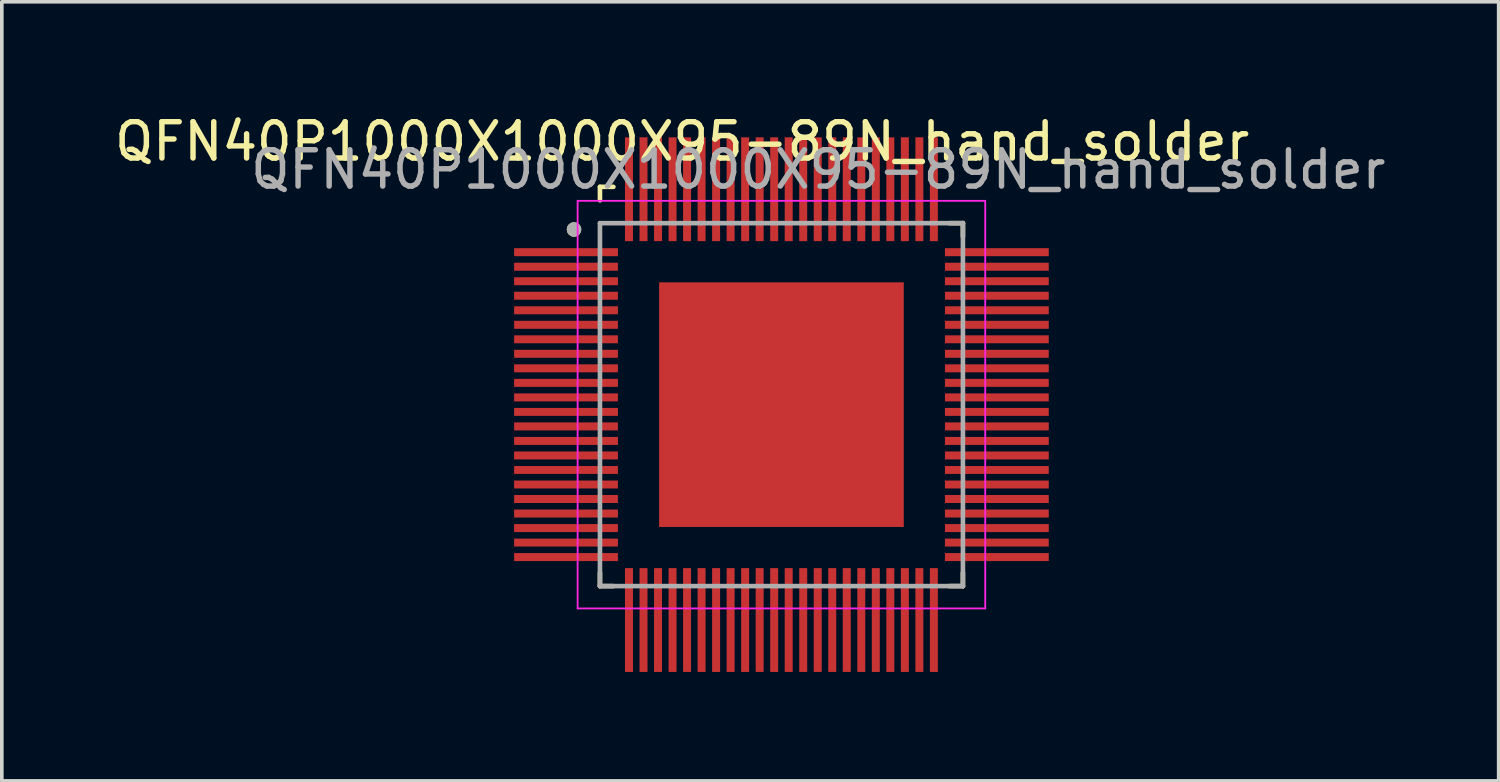
<source format=kicad_pcb>
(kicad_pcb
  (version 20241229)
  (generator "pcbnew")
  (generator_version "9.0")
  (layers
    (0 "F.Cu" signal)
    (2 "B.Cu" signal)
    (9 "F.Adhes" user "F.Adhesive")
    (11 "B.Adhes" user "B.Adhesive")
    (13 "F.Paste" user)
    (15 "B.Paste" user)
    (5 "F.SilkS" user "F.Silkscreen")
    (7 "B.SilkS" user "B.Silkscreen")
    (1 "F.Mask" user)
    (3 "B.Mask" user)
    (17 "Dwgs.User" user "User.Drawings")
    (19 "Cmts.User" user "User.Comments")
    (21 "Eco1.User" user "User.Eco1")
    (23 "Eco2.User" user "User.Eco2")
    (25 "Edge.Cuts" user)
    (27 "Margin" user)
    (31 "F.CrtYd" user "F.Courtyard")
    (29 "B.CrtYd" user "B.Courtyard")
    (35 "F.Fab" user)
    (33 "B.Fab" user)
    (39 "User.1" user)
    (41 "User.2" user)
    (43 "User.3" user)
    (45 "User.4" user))
  (footprint "QFN40P1000X1000X95-89N_hand_solder"
    (layer "F.Cu")
    (at 18.479 8.098)
    (property "Reference" "QFN40P1000X1000X95-89N_hand_solder" (at -2.735 -7.25 0) (layer "F.SilkS") (effects (font (size 1 1) (thickness 0.15))))
    (attr smd)
    (fp_line (start -5 -6) (end -5 -5.63) (stroke (width 0.127) (type solid)) (layer "F.SilkS"))
    (fp_line (start -5 -6) (end -4.63 -6) (stroke (width 0.127) (type solid)) (layer "F.SilkS"))
    (fp_line (start -5 5) (end -5 4.63) (stroke (width 0.127) (type solid)) (layer "F.SilkS"))
    (fp_line (start -5 5) (end -4.63 5) (stroke (width 0.127) (type solid)) (layer "F.SilkS"))
    (fp_line (start 5 -5) (end 4.63 -5) (stroke (width 0.127) (type solid)) (layer "F.SilkS"))
    (fp_line (start 5 -5) (end 5 -4.63) (stroke (width 0.127) (type solid)) (layer "F.SilkS"))
    (fp_line (start 5 5) (end 4.63 5) (stroke (width 0.127) (type solid)) (layer "F.SilkS"))
    (fp_line (start 5 5) (end 5 4.63) (stroke (width 0.127) (type solid)) (layer "F.SilkS"))
    (fp_circle (center -5.715 -4.826) (end -5.615 -4.826) (stroke (width 0.2) (type solid)) (fill no) (layer "F.SilkS"))
    (fp_poly (pts (xy -2.96 -2.96) (xy -1.54 -2.96) (xy -1.54 -1.54) (xy -2.96 -1.54)) (stroke (width 0.01) (type solid)) (fill yes) (layer "F.Paste"))
    (fp_poly (pts (xy -2.96 -0.71) (xy -1.54 -0.71) (xy -1.54 0.71) (xy -2.96 0.71)) (stroke (width 0.01) (type solid)) (fill yes) (layer "F.Paste"))
    (fp_poly (pts (xy -2.96 1.54) (xy -1.54 1.54) (xy -1.54 2.96) (xy -2.96 2.96)) (stroke (width 0.01) (type solid)) (fill yes) (layer "F.Paste"))
    (fp_poly (pts (xy -0.71 -2.96) (xy 0.71 -2.96) (xy 0.71 -1.54) (xy -0.71 -1.54)) (stroke (width 0.01) (type solid)) (fill yes) (layer "F.Paste"))
    (fp_poly (pts (xy -0.71 -0.71) (xy 0.71 -0.71) (xy 0.71 0.71) (xy -0.71 0.71)) (stroke (width 0.01) (type solid)) (fill yes) (layer "F.Paste"))
    (fp_poly (pts (xy -0.71 1.54) (xy 0.71 1.54) (xy 0.71 2.96) (xy -0.71 2.96)) (stroke (width 0.01) (type solid)) (fill yes) (layer "F.Paste"))
    (fp_poly (pts (xy 1.54 -2.96) (xy 2.96 -2.96) (xy 2.96 -1.54) (xy 1.54 -1.54)) (stroke (width 0.01) (type solid)) (fill yes) (layer "F.Paste"))
    (fp_poly (pts (xy 1.54 -0.71) (xy 2.96 -0.71) (xy 2.96 0.71) (xy 1.54 0.71)) (stroke (width 0.01) (type solid)) (fill yes) (layer "F.Paste"))
    (fp_poly (pts (xy 1.54 1.54) (xy 2.96 1.54) (xy 2.96 2.96) (xy 1.54 2.96)) (stroke (width 0.01) (type solid)) (fill yes) (layer "F.Paste"))
    (fp_line (start -5.615 -5.615) (end 5.615 -5.615) (stroke (width 0.05) (type solid)) (layer "F.CrtYd"))
    (fp_line (start -5.615 5.615) (end -5.615 -5.615) (stroke (width 0.05) (type solid)) (layer "F.CrtYd"))
    (fp_line (start -5.615 5.615) (end 5.615 5.615) (stroke (width 0.05) (type solid)) (layer "F.CrtYd"))
    (fp_line (start 5.615 5.615) (end 5.615 -5.615) (stroke (width 0.05) (type solid)) (layer "F.CrtYd"))
    (fp_line (start -5 5) (end -5 -5) (stroke (width 0.127) (type solid)) (layer "F.Fab"))
    (fp_line (start 5 -5) (end -5 -5) (stroke (width 0.127) (type solid)) (layer "F.Fab"))
    (fp_line (start 5 5) (end -5 5) (stroke (width 0.127) (type solid)) (layer "F.Fab"))
    (fp_line (start 5 5) (end 5 -5) (stroke (width 0.127) (type solid)) (layer "F.Fab"))
    (fp_circle (center -5.715 -4.826) (end -5.615 -4.826) (stroke (width 0.2) (type solid)) (fill no) (layer "F.Fab"))
    (fp_text user "${REFERENCE}" (at 1.016 -6.477 0) (unlocked yes) (layer "F.Fab") (effects (font (size 1 1) (thickness 0.15))))
    (pad "1" smd roundrect (at -5.935 -4.2) (size 2.86 0.22) (layers "F.Cu" "F.Mask" "F.Paste") (roundrect_rratio 0.03))
    (pad "2" smd roundrect (at -5.935 -3.8) (size 2.86 0.22) (layers "F.Cu" "F.Mask" "F.Paste") (roundrect_rratio 0.03))
    (pad "3" smd roundrect (at -5.935 -3.4) (size 2.86 0.22) (layers "F.Cu" "F.Mask" "F.Paste") (roundrect_rratio 0.03))
    (pad "4" smd roundrect (at -5.935 -3) (size 2.86 0.22) (layers "F.Cu" "F.Mask" "F.Paste") (roundrect_rratio 0.03))
    (pad "5" smd roundrect (at -5.935 -2.6) (size 2.86 0.22) (layers "F.Cu" "F.Mask" "F.Paste") (roundrect_rratio 0.03))
    (pad "6" smd roundrect (at -5.935 -2.2) (size 2.86 0.22) (layers "F.Cu" "F.Mask" "F.Paste") (roundrect_rratio 0.03))
    (pad "7" smd roundrect (at -5.935 -1.8) (size 2.86 0.22) (layers "F.Cu" "F.Mask" "F.Paste") (roundrect_rratio 0.03))
    (pad "8" smd roundrect (at -5.935 -1.4) (size 2.86 0.22) (layers "F.Cu" "F.Mask" "F.Paste") (roundrect_rratio 0.03))
    (pad "9" smd roundrect (at -5.935 -1) (size 2.86 0.22) (layers "F.Cu" "F.Mask" "F.Paste") (roundrect_rratio 0.03))
    (pad "10" smd roundrect (at -5.935 -0.6) (size 2.86 0.22) (layers "F.Cu" "F.Mask" "F.Paste") (roundrect_rratio 0.03))
    (pad "11" smd roundrect (at -5.935 -0.2) (size 2.86 0.22) (layers "F.Cu" "F.Mask" "F.Paste") (roundrect_rratio 0.03))
    (pad "12" smd roundrect (at -5.935 0.2) (size 2.86 0.22) (layers "F.Cu" "F.Mask" "F.Paste") (roundrect_rratio 0.03))
    (pad "13" smd roundrect (at -5.935 0.6) (size 2.86 0.22) (layers "F.Cu" "F.Mask" "F.Paste") (roundrect_rratio 0.03))
    (pad "14" smd roundrect (at -5.935 1) (size 2.86 0.22) (layers "F.Cu" "F.Mask" "F.Paste") (roundrect_rratio 0.03))
    (pad "15" smd roundrect (at -5.935 1.4) (size 2.86 0.22) (layers "F.Cu" "F.Mask" "F.Paste") (roundrect_rratio 0.03))
    (pad "16" smd roundrect (at -5.935 1.8) (size 2.86 0.22) (layers "F.Cu" "F.Mask" "F.Paste") (roundrect_rratio 0.03))
    (pad "17" smd roundrect (at -5.935 2.2) (size 2.86 0.22) (layers "F.Cu" "F.Mask" "F.Paste") (roundrect_rratio 0.03))
    (pad "18" smd roundrect (at -5.935 2.6) (size 2.86 0.22) (layers "F.Cu" "F.Mask" "F.Paste") (roundrect_rratio 0.03))
    (pad "19" smd roundrect (at -5.935 3) (size 2.86 0.22) (layers "F.Cu" "F.Mask" "F.Paste") (roundrect_rratio 0.03))
    (pad "20" smd roundrect (at -5.935 3.4) (size 2.86 0.22) (layers "F.Cu" "F.Mask" "F.Paste") (roundrect_rratio 0.03))
    (pad "21" smd roundrect (at -5.935 3.8) (size 2.86 0.22) (layers "F.Cu" "F.Mask" "F.Paste") (roundrect_rratio 0.03))
    (pad "22" smd roundrect (at -5.935 4.2) (size 2.86 0.22) (layers "F.Cu" "F.Mask" "F.Paste") (roundrect_rratio 0.03))
    (pad "23" smd roundrect (at -4.2 5.935 90) (size 2.86 0.22) (layers "F.Cu" "F.Mask" "F.Paste") (roundrect_rratio 0.03))
    (pad "24" smd roundrect (at -3.8 5.935 90) (size 2.86 0.22) (layers "F.Cu" "F.Mask" "F.Paste") (roundrect_rratio 0.03))
    (pad "25" smd roundrect (at -3.4 5.935 90) (size 2.86 0.22) (layers "F.Cu" "F.Mask" "F.Paste") (roundrect_rratio 0.03))
    (pad "26" smd roundrect (at -3 5.935 90) (size 2.86 0.22) (layers "F.Cu" "F.Mask" "F.Paste") (roundrect_rratio 0.03))
    (pad "27" smd roundrect (at -2.6 5.935 90) (size 2.86 0.22) (layers "F.Cu" "F.Mask" "F.Paste") (roundrect_rratio 0.03))
    (pad "28" smd roundrect (at -2.2 5.935 90) (size 2.86 0.22) (layers "F.Cu" "F.Mask" "F.Paste") (roundrect_rratio 0.03))
    (pad "29" smd roundrect (at -1.8 5.935 90) (size 2.86 0.22) (layers "F.Cu" "F.Mask" "F.Paste") (roundrect_rratio 0.03))
    (pad "30" smd roundrect (at -1.4 5.935 90) (size 2.86 0.22) (layers "F.Cu" "F.Mask" "F.Paste") (roundrect_rratio 0.03))
    (pad "31" smd roundrect (at -1 5.935 90) (size 2.86 0.22) (layers "F.Cu" "F.Mask" "F.Paste") (roundrect_rratio 0.03))
    (pad "32" smd roundrect (at -0.6 5.935 90) (size 2.86 0.22) (layers "F.Cu" "F.Mask" "F.Paste") (roundrect_rratio 0.03))
    (pad "33" smd roundrect (at -0.2 5.935 90) (size 2.86 0.22) (layers "F.Cu" "F.Mask" "F.Paste") (roundrect_rratio 0.03))
    (pad "34" smd roundrect (at 0.2 5.935 90) (size 2.86 0.22) (layers "F.Cu" "F.Mask" "F.Paste") (roundrect_rratio 0.03))
    (pad "35" smd roundrect (at 0.6 5.935 90) (size 2.86 0.22) (layers "F.Cu" "F.Mask" "F.Paste") (roundrect_rratio 0.03))
    (pad "36" smd roundrect (at 1 5.935 90) (size 2.86 0.22) (layers "F.Cu" "F.Mask" "F.Paste") (roundrect_rratio 0.03))
    (pad "37" smd roundrect (at 1.4 5.935 90) (size 2.86 0.22) (layers "F.Cu" "F.Mask" "F.Paste") (roundrect_rratio 0.03))
    (pad "38" smd roundrect (at 1.8 5.935 90) (size 2.86 0.22) (layers "F.Cu" "F.Mask" "F.Paste") (roundrect_rratio 0.03))
    (pad "39" smd roundrect (at 2.2 5.935 90) (size 2.86 0.22) (layers "F.Cu" "F.Mask" "F.Paste") (roundrect_rratio 0.03))
    (pad "40" smd roundrect (at 2.6 5.935 90) (size 2.86 0.22) (layers "F.Cu" "F.Mask" "F.Paste") (roundrect_rratio 0.03))
    (pad "41" smd roundrect (at 3 5.935 90) (size 2.86 0.22) (layers "F.Cu" "F.Mask" "F.Paste") (roundrect_rratio 0.03))
    (pad "42" smd roundrect (at 3.4 5.935 90) (size 2.86 0.22) (layers "F.Cu" "F.Mask" "F.Paste") (roundrect_rratio 0.03))
    (pad "43" smd roundrect (at 3.8 5.935 90) (size 2.86 0.22) (layers "F.Cu" "F.Mask" "F.Paste") (roundrect_rratio 0.03))
    (pad "44" smd roundrect (at 4.2 5.935 90) (size 2.86 0.22) (layers "F.Cu" "F.Mask" "F.Paste") (roundrect_rratio 0.03))
    (pad "45" smd roundrect (at 5.935 4.2) (size 2.86 0.22) (layers "F.Cu" "F.Mask" "F.Paste") (roundrect_rratio 0.03))
    (pad "46" smd roundrect (at 5.935 3.8) (size 2.86 0.22) (layers "F.Cu" "F.Mask" "F.Paste") (roundrect_rratio 0.03))
    (pad "47" smd roundrect (at 5.935 3.4) (size 2.86 0.22) (layers "F.Cu" "F.Mask" "F.Paste") (roundrect_rratio 0.03))
    (pad "48" smd roundrect (at 5.935 3) (size 2.86 0.22) (layers "F.Cu" "F.Mask" "F.Paste") (roundrect_rratio 0.03))
    (pad "49" smd roundrect (at 5.935 2.6) (size 2.86 0.22) (layers "F.Cu" "F.Mask" "F.Paste") (roundrect_rratio 0.03))
    (pad "50" smd roundrect (at 5.935 2.2) (size 2.86 0.22) (layers "F.Cu" "F.Mask" "F.Paste") (roundrect_rratio 0.03))
    (pad "51" smd roundrect (at 5.935 1.8) (size 2.86 0.22) (layers "F.Cu" "F.Mask" "F.Paste") (roundrect_rratio 0.03))
    (pad "52" smd roundrect (at 5.935 1.4) (size 2.86 0.22) (layers "F.Cu" "F.Mask" "F.Paste") (roundrect_rratio 0.03))
    (pad "53" smd roundrect (at 5.935 1) (size 2.86 0.22) (layers "F.Cu" "F.Mask" "F.Paste") (roundrect_rratio 0.03))
    (pad "54" smd roundrect (at 5.935 0.6) (size 2.86 0.22) (layers "F.Cu" "F.Mask" "F.Paste") (roundrect_rratio 0.03))
    (pad "55" smd roundrect (at 5.935 0.2) (size 2.86 0.22) (layers "F.Cu" "F.Mask" "F.Paste") (roundrect_rratio 0.03))
    (pad "56" smd roundrect (at 5.935 -0.2) (size 2.86 0.22) (layers "F.Cu" "F.Mask" "F.Paste") (roundrect_rratio 0.03))
    (pad "57" smd roundrect (at 5.935 -0.6) (size 2.86 0.22) (layers "F.Cu" "F.Mask" "F.Paste") (roundrect_rratio 0.03))
    (pad "58" smd roundrect (at 5.935 -1) (size 2.86 0.22) (layers "F.Cu" "F.Mask" "F.Paste") (roundrect_rratio 0.03))
    (pad "59" smd roundrect (at 5.935 -1.4) (size 2.86 0.22) (layers "F.Cu" "F.Mask" "F.Paste") (roundrect_rratio 0.03))
    (pad "60" smd roundrect (at 5.935 -1.8) (size 2.86 0.22) (layers "F.Cu" "F.Mask" "F.Paste") (roundrect_rratio 0.03))
    (pad "61" smd roundrect (at 5.935 -2.2) (size 2.86 0.22) (layers "F.Cu" "F.Mask" "F.Paste") (roundrect_rratio 0.03))
    (pad "62" smd roundrect (at 5.935 -2.6) (size 2.86 0.22) (layers "F.Cu" "F.Mask" "F.Paste") (roundrect_rratio 0.03))
    (pad "63" smd roundrect (at 5.935 -3) (size 2.86 0.22) (layers "F.Cu" "F.Mask" "F.Paste") (roundrect_rratio 0.03))
    (pad "64" smd roundrect (at 5.935 -3.4) (size 2.86 0.22) (layers "F.Cu" "F.Mask" "F.Paste") (roundrect_rratio 0.03))
    (pad "65" smd roundrect (at 5.935 -3.8) (size 2.86 0.22) (layers "F.Cu" "F.Mask" "F.Paste") (roundrect_rratio 0.03))
    (pad "66" smd roundrect (at 5.935 -4.2) (size 2.86 0.22) (layers "F.Cu" "F.Mask" "F.Paste") (roundrect_rratio 0.03))
    (pad "67" smd roundrect (at 4.2 -5.935 90) (size 2.86 0.22) (layers "F.Cu" "F.Mask" "F.Paste") (roundrect_rratio 0.03))
    (pad "68" smd roundrect (at 3.8 -5.935 90) (size 2.86 0.22) (layers "F.Cu" "F.Mask" "F.Paste") (roundrect_rratio 0.03))
    (pad "69" smd roundrect (at 3.4 -5.935 90) (size 2.86 0.22) (layers "F.Cu" "F.Mask" "F.Paste") (roundrect_rratio 0.03))
    (pad "70" smd roundrect (at 3 -5.935 90) (size 2.86 0.22) (layers "F.Cu" "F.Mask" "F.Paste") (roundrect_rratio 0.03))
    (pad "71" smd roundrect (at 2.6 -5.935 90) (size 2.86 0.22) (layers "F.Cu" "F.Mask" "F.Paste") (roundrect_rratio 0.03))
    (pad "72" smd roundrect (at 2.2 -5.935 90) (size 2.86 0.22) (layers "F.Cu" "F.Mask" "F.Paste") (roundrect_rratio 0.03))
    (pad "73" smd roundrect (at 1.8 -5.935 90) (size 2.86 0.22) (layers "F.Cu" "F.Mask" "F.Paste") (roundrect_rratio 0.03))
    (pad "74" smd roundrect (at 1.4 -5.935 90) (size 2.86 0.22) (layers "F.Cu" "F.Mask" "F.Paste") (roundrect_rratio 0.03))
    (pad "75" smd roundrect (at 1 -5.935 90) (size 2.86 0.22) (layers "F.Cu" "F.Mask" "F.Paste") (roundrect_rratio 0.03))
    (pad "76" smd roundrect (at 0.6 -5.935 90) (size 2.86 0.22) (layers "F.Cu" "F.Mask" "F.Paste") (roundrect_rratio 0.03))
    (pad "77" smd roundrect (at 0.2 -5.935 90) (size 2.86 0.22) (layers "F.Cu" "F.Mask" "F.Paste") (roundrect_rratio 0.03))
    (pad "78" smd roundrect (at -0.2 -5.935 90) (size 2.86 0.22) (layers "F.Cu" "F.Mask" "F.Paste") (roundrect_rratio 0.03))
    (pad "79" smd roundrect (at -0.6 -5.935 90) (size 2.86 0.22) (layers "F.Cu" "F.Mask" "F.Paste") (roundrect_rratio 0.03))
    (pad "80" smd roundrect (at -1 -5.935 90) (size 2.86 0.22) (layers "F.Cu" "F.Mask" "F.Paste") (roundrect_rratio 0.03))
    (pad "81" smd roundrect (at -1.4 -5.935 90) (size 2.86 0.22) (layers "F.Cu" "F.Mask" "F.Paste") (roundrect_rratio 0.03))
    (pad "82" smd roundrect (at -1.8 -5.935 90) (size 2.86 0.22) (layers "F.Cu" "F.Mask" "F.Paste") (roundrect_rratio 0.03))
    (pad "83" smd roundrect (at -2.2 -5.935 90) (size 2.86 0.22) (layers "F.Cu" "F.Mask" "F.Paste") (roundrect_rratio 0.03))
    (pad "84" smd roundrect (at -2.6 -5.935 90) (size 2.86 0.22) (layers "F.Cu" "F.Mask" "F.Paste") (roundrect_rratio 0.03))
    (pad "85" smd roundrect (at -3 -5.935 90) (size 2.86 0.22) (layers "F.Cu" "F.Mask" "F.Paste") (roundrect_rratio 0.03))
    (pad "86" smd roundrect (at -3.4 -5.935 90) (size 2.86 0.22) (layers "F.Cu" "F.Mask" "F.Paste") (roundrect_rratio 0.03))
    (pad "87" smd roundrect (at -3.8 -5.935 90) (size 2.86 0.22) (layers "F.Cu" "F.Mask" "F.Paste") (roundrect_rratio 0.03))
    (pad "88" smd roundrect (at -4.2 -5.935 90) (size 2.86 0.22) (layers "F.Cu" "F.Mask" "F.Paste") (roundrect_rratio 0.03))
    (pad "89" smd rect (at 0 0) (size 6.74 6.74) (layers "F.Cu" "F.Mask")))
  (gr_rect
    (start -3 -3)
    (end 38.239 18.463)
    (stroke (width 0.1) (type default))
    (fill no)
    (layer "Edge.Cuts")))
</source>
